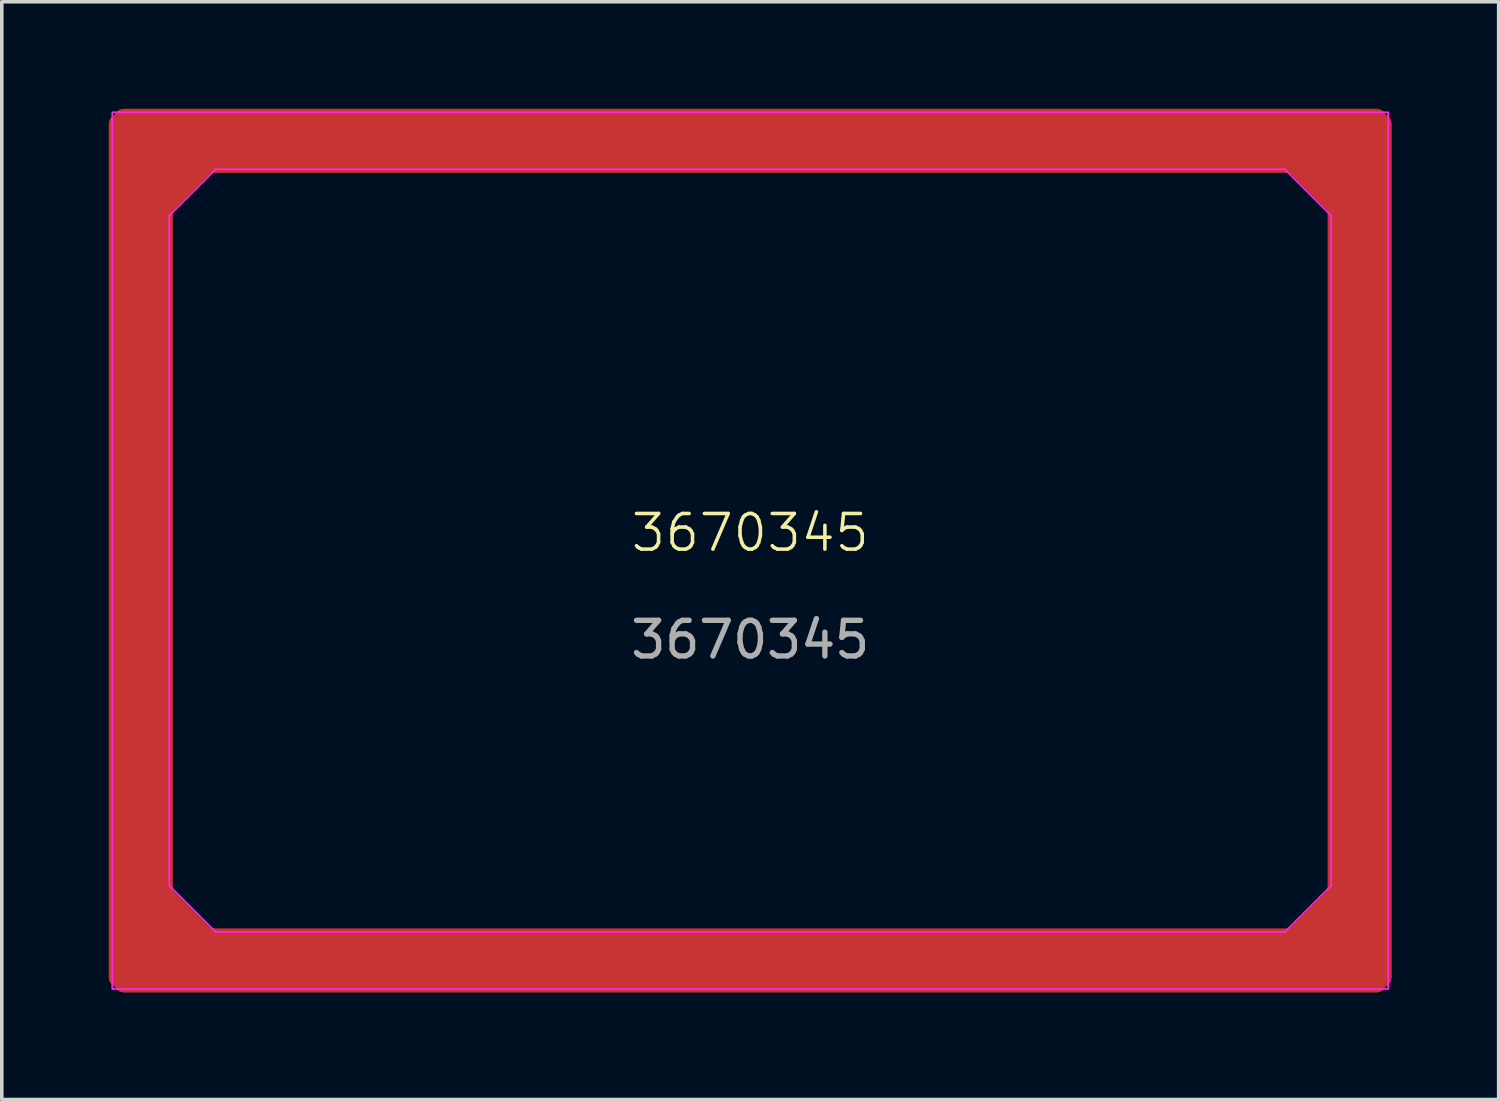
<source format=kicad_pcb>
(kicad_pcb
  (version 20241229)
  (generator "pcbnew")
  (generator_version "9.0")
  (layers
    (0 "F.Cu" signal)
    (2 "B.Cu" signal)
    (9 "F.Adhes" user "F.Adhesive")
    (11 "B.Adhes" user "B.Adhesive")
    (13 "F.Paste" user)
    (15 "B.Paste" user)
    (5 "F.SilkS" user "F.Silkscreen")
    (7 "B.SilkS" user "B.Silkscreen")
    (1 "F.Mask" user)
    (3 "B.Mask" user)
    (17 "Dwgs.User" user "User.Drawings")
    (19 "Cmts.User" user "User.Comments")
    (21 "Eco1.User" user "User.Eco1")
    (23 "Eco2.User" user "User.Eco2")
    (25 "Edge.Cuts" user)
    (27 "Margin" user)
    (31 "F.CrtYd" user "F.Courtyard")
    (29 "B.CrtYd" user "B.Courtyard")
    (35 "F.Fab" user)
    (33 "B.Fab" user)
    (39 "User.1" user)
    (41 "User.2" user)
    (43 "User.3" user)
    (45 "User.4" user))
  (footprint "3670345"
    (layer "F.Cu")
    (at 18 12.4)
    (property "Reference" "3670345" (at 0 -0.5 0) (unlocked yes) (layer "F.SilkS") (effects (font (size 1 1) (thickness 0.1))))
    (attr smd)
    (fp_line (start -16.3 -9.4) (end -16.3 9.4) (stroke (width 0.05) (type default)) (layer "F.CrtYd"))
    (fp_line (start -16.3 9.4) (end -15 10.7) (stroke (width 0.05) (type default)) (layer "F.CrtYd"))
    (fp_line (start -15 -10.7) (end -16.3 -9.4) (stroke (width 0.05) (type default)) (layer "F.CrtYd"))
    (fp_line (start -15 10.7) (end 15 10.7) (stroke (width 0.05) (type default)) (layer "F.CrtYd"))
    (fp_line (start 15 -10.7) (end -15 -10.7) (stroke (width 0.05) (type default)) (layer "F.CrtYd"))
    (fp_line (start 15 10.7) (end 16.3 9.4) (stroke (width 0.05) (type default)) (layer "F.CrtYd"))
    (fp_line (start 16.3 -9.4) (end 15 -10.7) (stroke (width 0.05) (type default)) (layer "F.CrtYd"))
    (fp_line (start 16.3 9.4) (end 16.3 -9.4) (stroke (width 0.05) (type default)) (layer "F.CrtYd"))
    (fp_rect (start -17.9 -12.3) (end 17.9 12.3) (stroke (width 0.05) (type default)) (fill no) (layer "F.CrtYd"))
    (fp_text user "${REFERENCE}" (at 0 2.5 0) (unlocked yes) (layer "F.Fab") (effects (font (size 1 1) (thickness 0.15))))
    (pad "1" smd roundrect (at -17.1 0 270) (size 24.5 1.8) (layers "F.Cu" "F.Mask" "F.Paste") (roundrect_rratio 0.15))
    (pad "1" smd roundrect (at -16.2 -10.6 45) (size 3.4 1.5) (layers "F.Cu" "F.Mask" "F.Paste") (roundrect_rratio 0.15))
    (pad "1" smd roundrect (at -16.2 10.6 315) (size 3.4 1.5) (layers "F.Cu" "F.Mask" "F.Paste") (roundrect_rratio 0.15))
    (pad "1" smd roundrect (at 0 -11.5 180) (size 35.7 1.8) (layers "F.Cu" "F.Mask" "F.Paste") (roundrect_rratio 0.15))
    (pad "1" smd roundrect (at 0 11.5 180) (size 35.7 1.8) (layers "F.Cu" "F.Mask" "F.Paste") (roundrect_rratio 0.15))
    (pad "1" smd roundrect (at 16.2 -10.6 315) (size 3.4 1.5) (layers "F.Cu" "F.Mask" "F.Paste") (roundrect_rratio 0.15))
    (pad "1" smd roundrect (at 16.2 10.6 45) (size 3.4 1.5) (layers "F.Cu" "F.Mask" "F.Paste") (roundrect_rratio 0.15))
    (pad "1" smd roundrect (at 17.1 0 270) (size 24.5 1.8) (layers "F.Cu" "F.Mask" "F.Paste") (roundrect_rratio 0.15)))
  (gr_rect
    (start -3 -3)
    (end 39 27.8)
    (stroke (width 0.1) (type default))
    (fill no)
    (layer "Edge.Cuts")))
</source>
